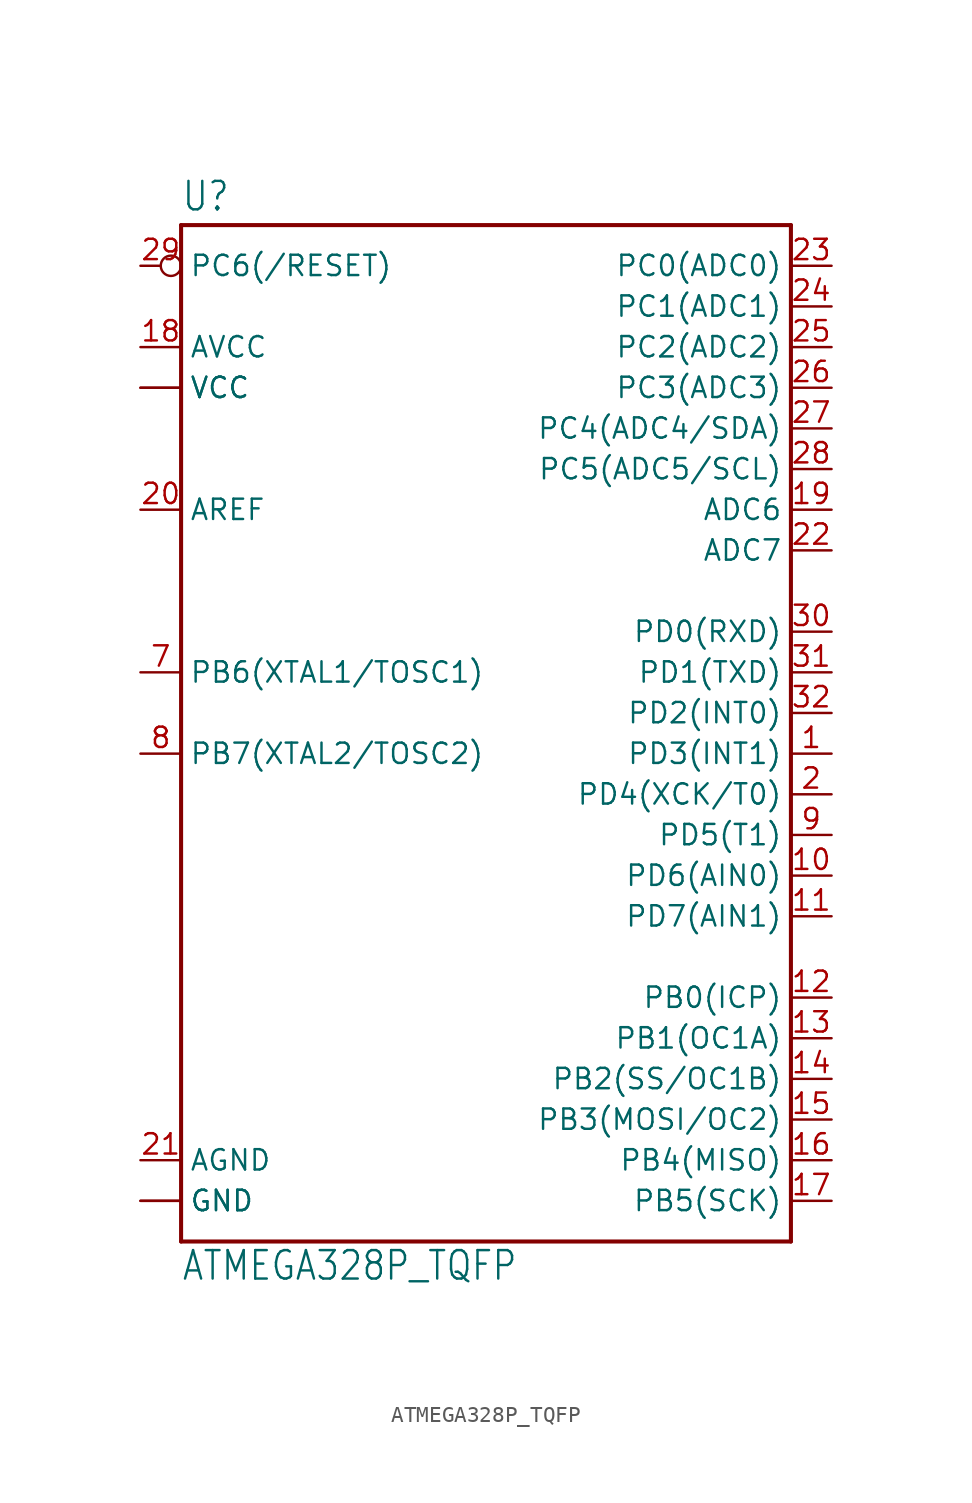
<source format=kicad_sym>
(kicad_symbol_lib
  (version 20211014)
  (generator kicad_symbol_editor)
  (symbol "ATMEGA328P_TQFP"
    (property "Reference" "U"
      (at -20.32 33.782 0)
      (effects (font (size 1.778 1.511)) (justify left bottom)))
    (property "Value" "ATMEGA328P_TQFP"
      (at -20.32 -33.02 0)
      (effects (font (size 1.778 1.511)) (justify left bottom)))
    (property "ki_locked" ""
      (at 0 0 0)
      (effects (font (size 1.27 1.27))))
    (symbol "ATMEGA328P_TQFP_1_0"
      (polyline (pts (xy -20.32 -30.48) (xy -20.32 33.02)) (stroke (width 0.254) (type default) (color 0 0 0 0)) (fill (type none)))
      (polyline (pts (xy -20.32 33.02) (xy 17.78 33.02)) (stroke (width 0.254) (type default) (color 0 0 0 0)) (fill (type none)))
      (polyline (pts (xy 17.78 -30.48) (xy -20.32 -30.48)) (stroke (width 0.254) (type default) (color 0 0 0 0)) (fill (type none)))
      (polyline (pts (xy 17.78 33.02) (xy 17.78 -30.48)) (stroke (width 0.254) (type default) (color 0 0 0 0)) (fill (type none)))
      (pin bidirectional line (at 20.32 0 180) (length 2.54) (name "PD3(INT1)" (effects (font (size 1.27 1.27)))) (number "1" (effects (font (size 1.27 1.27)))))
      (pin bidirectional line (at 20.32 -7.62 180) (length 2.54) (name "PD6(AIN0)" (effects (font (size 1.27 1.27)))) (number "10" (effects (font (size 1.27 1.27)))))
      (pin bidirectional line (at 20.32 -10.16 180) (length 2.54) (name "PD7(AIN1)" (effects (font (size 1.27 1.27)))) (number "11" (effects (font (size 1.27 1.27)))))
      (pin bidirectional line (at 20.32 -15.24 180) (length 2.54) (name "PB0(ICP)" (effects (font (size 1.27 1.27)))) (number "12" (effects (font (size 1.27 1.27)))))
      (pin bidirectional line (at 20.32 -17.78 180) (length 2.54) (name "PB1(OC1A)" (effects (font (size 1.27 1.27)))) (number "13" (effects (font (size 1.27 1.27)))))
      (pin bidirectional line (at 20.32 -20.32 180) (length 2.54) (name "PB2(SS/OC1B)" (effects (font (size 1.27 1.27)))) (number "14" (effects (font (size 1.27 1.27)))))
      (pin bidirectional line (at 20.32 -22.86 180) (length 2.54) (name "PB3(MOSI/OC2)" (effects (font (size 1.27 1.27)))) (number "15" (effects (font (size 1.27 1.27)))))
      (pin bidirectional line (at 20.32 -25.4 180) (length 2.54) (name "PB4(MISO)" (effects (font (size 1.27 1.27)))) (number "16" (effects (font (size 1.27 1.27)))))
      (pin bidirectional line (at 20.32 -27.94 180) (length 2.54) (name "PB5(SCK)" (effects (font (size 1.27 1.27)))) (number "17" (effects (font (size 1.27 1.27)))))
      (pin bidirectional line (at -22.86 25.4 0) (length 2.54) (name "AVCC" (effects (font (size 1.27 1.27)))) (number "18" (effects (font (size 1.27 1.27)))))
      (pin bidirectional line (at 20.32 15.24 180) (length 2.54) (name "ADC6" (effects (font (size 1.27 1.27)))) (number "19" (effects (font (size 1.27 1.27)))))
      (pin bidirectional line (at 20.32 -2.54 180) (length 2.54) (name "PD4(XCK/T0)" (effects (font (size 1.27 1.27)))) (number "2" (effects (font (size 1.27 1.27)))))
      (pin bidirectional line (at -22.86 15.24 0) (length 2.54) (name "AREF" (effects (font (size 1.27 1.27)))) (number "20" (effects (font (size 1.27 1.27)))))
      (pin bidirectional line (at -22.86 -25.4 0) (length 2.54) (name "AGND" (effects (font (size 1.27 1.27)))) (number "21" (effects (font (size 1.27 1.27)))))
      (pin bidirectional line (at 20.32 12.7 180) (length 2.54) (name "ADC7" (effects (font (size 1.27 1.27)))) (number "22" (effects (font (size 1.27 1.27)))))
      (pin bidirectional line (at 20.32 30.48 180) (length 2.54) (name "PC0(ADC0)" (effects (font (size 1.27 1.27)))) (number "23" (effects (font (size 1.27 1.27)))))
      (pin bidirectional line (at 20.32 27.94 180) (length 2.54) (name "PC1(ADC1)" (effects (font (size 1.27 1.27)))) (number "24" (effects (font (size 1.27 1.27)))))
      (pin bidirectional line (at 20.32 25.4 180) (length 2.54) (name "PC2(ADC2)" (effects (font (size 1.27 1.27)))) (number "25" (effects (font (size 1.27 1.27)))))
      (pin bidirectional line (at 20.32 22.86 180) (length 2.54) (name "PC3(ADC3)" (effects (font (size 1.27 1.27)))) (number "26" (effects (font (size 1.27 1.27)))))
      (pin bidirectional line (at 20.32 20.32 180) (length 2.54) (name "PC4(ADC4/SDA)" (effects (font (size 1.27 1.27)))) (number "27" (effects (font (size 1.27 1.27)))))
      (pin bidirectional line (at 20.32 17.78 180) (length 2.54) (name "PC5(ADC5/SCL)" (effects (font (size 1.27 1.27)))) (number "28" (effects (font (size 1.27 1.27)))))
      (pin bidirectional inverted (at -22.86 30.48 0) (length 2.54) (name "PC6(/RESET)" (effects (font (size 1.27 1.27)))) (number "29" (effects (font (size 1.27 1.27)))))
      (pin bidirectional line (at -22.86 -27.94 0) (length 2.54) (name "GND" (effects (font (size 1.27 1.27)))) (number "3" (effects (font (size 0 0)))))
      (pin bidirectional line (at 20.32 7.62 180) (length 2.54) (name "PD0(RXD)" (effects (font (size 1.27 1.27)))) (number "30" (effects (font (size 1.27 1.27)))))
      (pin bidirectional line (at 20.32 5.08 180) (length 2.54) (name "PD1(TXD)" (effects (font (size 1.27 1.27)))) (number "31" (effects (font (size 1.27 1.27)))))
      (pin bidirectional line (at 20.32 2.54 180) (length 2.54) (name "PD2(INT0)" (effects (font (size 1.27 1.27)))) (number "32" (effects (font (size 1.27 1.27)))))
      (pin bidirectional line (at -22.86 22.86 0) (length 2.54) (name "VCC" (effects (font (size 1.27 1.27)))) (number "4" (effects (font (size 0 0)))))
      (pin bidirectional line (at -22.86 -27.94 0) (length 2.54) (name "GND" (effects (font (size 1.27 1.27)))) (number "5" (effects (font (size 0 0)))))
      (pin bidirectional line (at -22.86 22.86 0) (length 2.54) (name "VCC" (effects (font (size 1.27 1.27)))) (number "6" (effects (font (size 0 0)))))
      (pin bidirectional line (at -22.86 5.08 0) (length 2.54) (name "PB6(XTAL1/TOSC1)" (effects (font (size 1.27 1.27)))) (number "7" (effects (font (size 1.27 1.27)))))
      (pin bidirectional line (at -22.86 0 0) (length 2.54) (name "PB7(XTAL2/TOSC2)" (effects (font (size 1.27 1.27)))) (number "8" (effects (font (size 1.27 1.27)))))
      (pin bidirectional line (at 20.32 -5.08 180) (length 2.54) (name "PD5(T1)" (effects (font (size 1.27 1.27)))) (number "9" (effects (font (size 1.27 1.27))))))))
</source>
